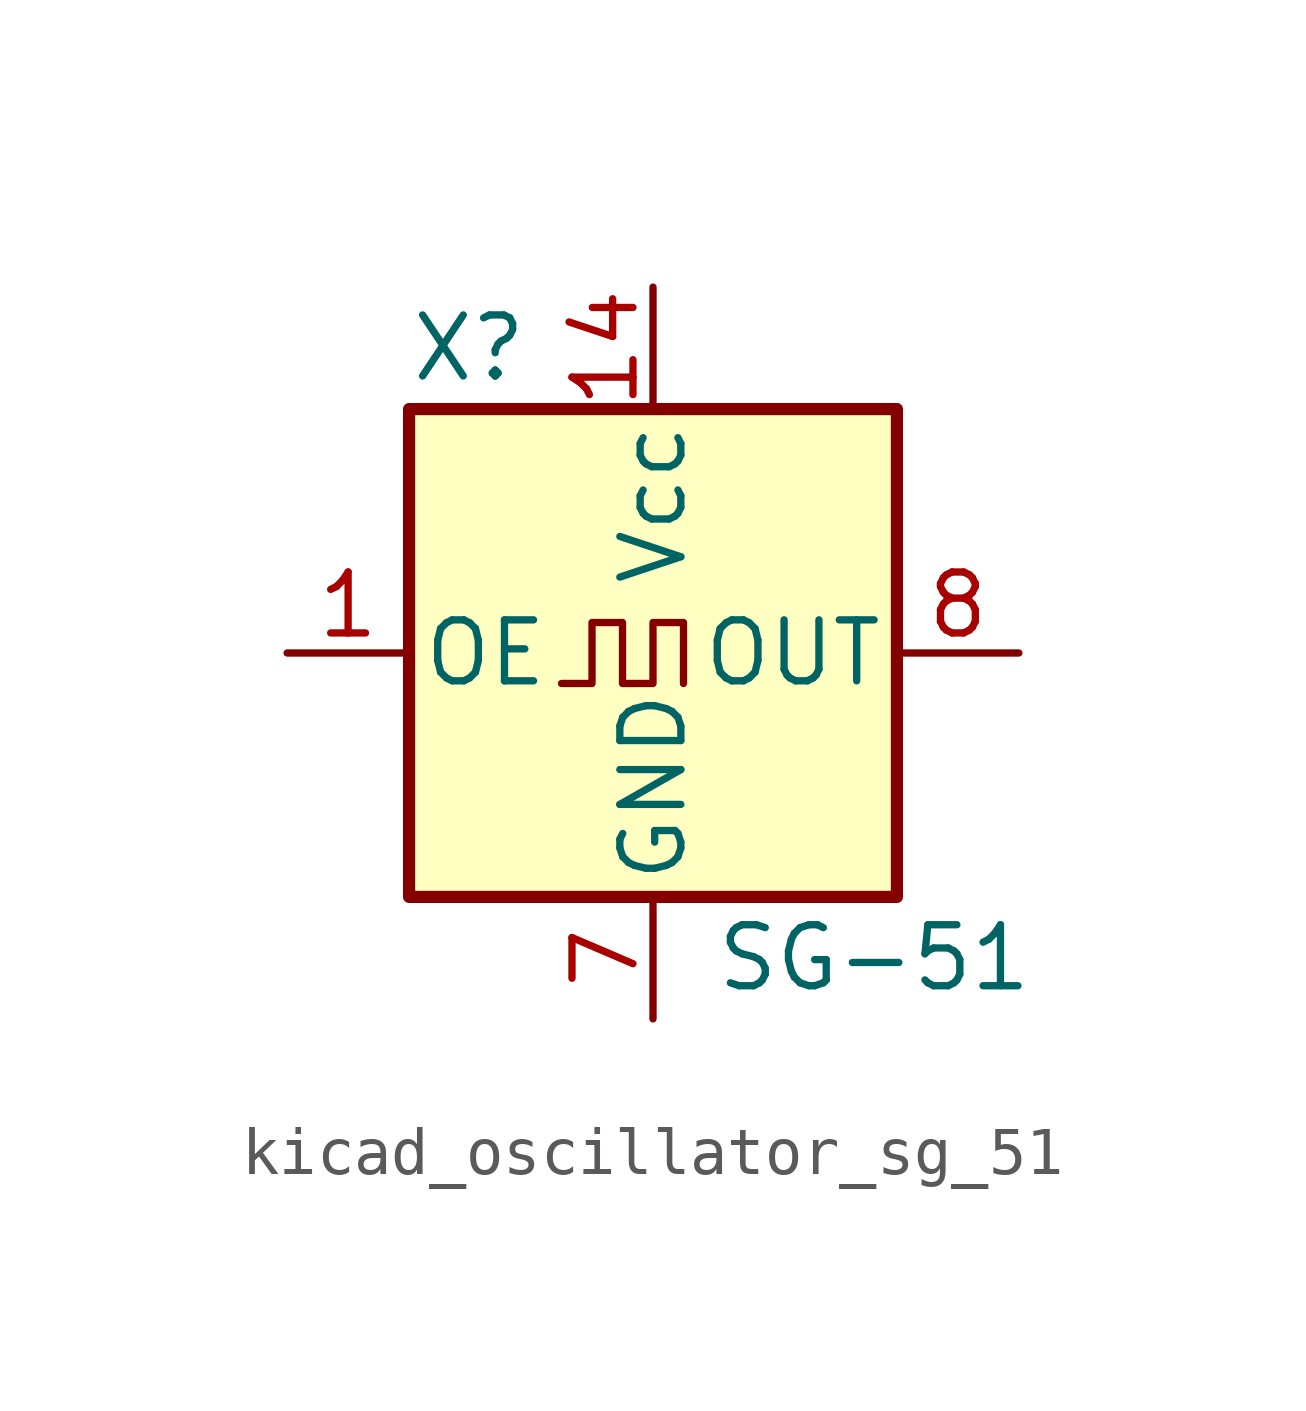
<source format=kicad_sym>
(kicad_symbol_lib
  (version 20220914)
  (generator kicad_symbol_editor)
  (symbol "kicad_oscillator_sg_51"
    (pin_names
      (offset 0.254))
    (property "Reference" "X"
      (at -5.08 6.35 0)
      (effects (font (size 1.27 1.27)) (justify left)))
    (property "Value" "SG-51"
      (at 1.27 -6.35 0)
      (effects (font (size 1.27 1.27)) (justify left)))
    (symbol "kicad_oscillator_sg_51_0_1"
      (rectangle (start -5.08 5.08) (end 5.08 -5.08) (stroke (width 0.254) (type default)) (fill (type background)))
      (polyline (pts (xy -1.905 -0.635) (xy -1.27 -0.635) (xy -1.27 0.635) (xy -0.635 0.635) (xy -0.635 -0.635) (xy 0 -0.635) (xy 0 0.635) (xy 0.635 0.635) (xy 0.635 -0.635)) (stroke (width 0) (type default)) (fill (type none))))
    (symbol "kicad_oscillator_sg_51_1_1"
      (pin input line (at -7.62 0 0) (length 2.54) (name "OE" (effects (font (size 1.27 1.27)))) (number "1" (effects (font (size 1.27 1.27)))))
      (pin power_in line (at 0 7.62 270) (length 2.54) (name "Vcc" (effects (font (size 1.27 1.27)))) (number "14" (effects (font (size 1.27 1.27)))))
      (pin power_in line (at 0 -7.62 90) (length 2.54) (name "GND" (effects (font (size 1.27 1.27)))) (number "7" (effects (font (size 1.27 1.27)))))
      (pin output line (at 7.62 0 180) (length 2.54) (name "OUT" (effects (font (size 1.27 1.27)))) (number "8" (effects (font (size 1.27 1.27))))))))
</source>
